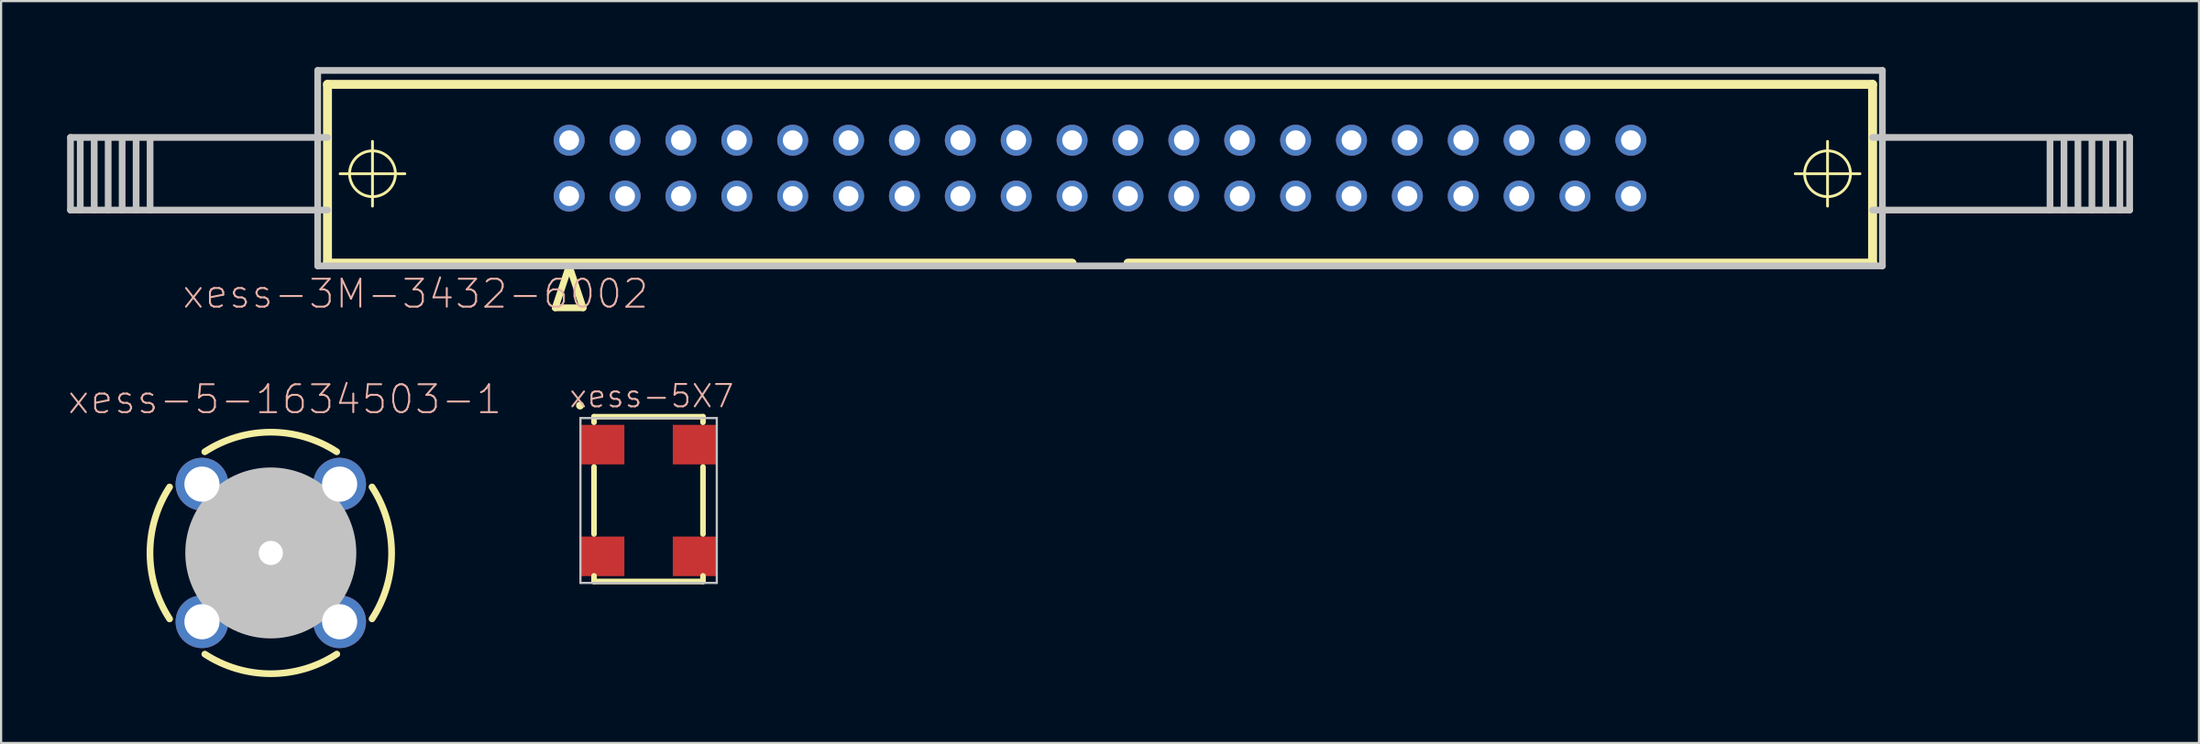
<source format=kicad_pcb>
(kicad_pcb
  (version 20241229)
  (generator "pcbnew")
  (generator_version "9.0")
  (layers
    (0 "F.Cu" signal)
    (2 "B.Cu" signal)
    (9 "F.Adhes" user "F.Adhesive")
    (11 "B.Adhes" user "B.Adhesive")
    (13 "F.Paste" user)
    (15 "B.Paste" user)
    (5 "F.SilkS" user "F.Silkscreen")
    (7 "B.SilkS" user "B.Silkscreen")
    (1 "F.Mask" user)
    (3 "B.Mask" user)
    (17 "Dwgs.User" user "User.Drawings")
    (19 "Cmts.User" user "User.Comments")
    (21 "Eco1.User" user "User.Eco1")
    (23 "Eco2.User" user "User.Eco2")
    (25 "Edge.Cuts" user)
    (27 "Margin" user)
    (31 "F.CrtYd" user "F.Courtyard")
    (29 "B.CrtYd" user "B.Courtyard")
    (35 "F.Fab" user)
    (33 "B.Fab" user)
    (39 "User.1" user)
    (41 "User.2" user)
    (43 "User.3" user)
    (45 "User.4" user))
  (footprint "xess-5X7"
    (layer "F.Cu")
    (at 24.332 17.169)
    (property "Reference" "xess-5X7" (at 2.238 -2.207 0) (layer "B.SilkS") (effects (font (size 1.016 1.016) (thickness 0.089))))
    (attr smd)
    (fp_line (start -0.381 -1.27) (end -0.381 -1.016) (stroke (width 0.254) (type solid)) (layer "F.SilkS"))
    (fp_line (start -0.381 -1.27) (end 4.572 -1.27) (stroke (width 0.254) (type solid)) (layer "F.SilkS"))
    (fp_line (start -0.381 1.016) (end -0.381 4.064) (stroke (width 0.254) (type solid)) (layer "F.SilkS"))
    (fp_line (start -0.381 5.969) (end -0.381 6.223) (stroke (width 0.254) (type solid)) (layer "F.SilkS"))
    (fp_line (start -0.381 6.223) (end 4.572 6.223) (stroke (width 0.254) (type solid)) (layer "F.SilkS"))
    (fp_line (start 4.572 -1.016) (end 4.572 -1.27) (stroke (width 0.254) (type solid)) (layer "F.SilkS"))
    (fp_line (start 4.572 1.016) (end 4.572 4.064) (stroke (width 0.254) (type solid)) (layer "F.SilkS"))
    (fp_line (start 4.572 6.223) (end 4.572 5.969) (stroke (width 0.254) (type solid)) (layer "F.SilkS"))
    (fp_circle (center -1.016 -1.778) (end -1.143 -1.905) (stroke (width 0) (type solid)) (fill yes) (layer "F.SilkS"))
    (fp_line (start -0.998 -1.209) (end -0.998 6.289) (stroke (width 0.1) (type solid)) (layer "Dwgs.User"))
    (fp_line (start -0.998 6.289) (end 5.199 6.289) (stroke (width 0.1) (type solid)) (layer "Dwgs.User"))
    (fp_line (start 5.199 -1.209) (end -0.998 -1.209) (stroke (width 0.1) (type solid)) (layer "Dwgs.User"))
    (fp_line (start 5.199 6.289) (end 5.199 -1.209) (stroke (width 0.1) (type solid)) (layer "Dwgs.User"))
    (pad "1" smd rect (at 0 0) (size 1.999 1.798) (layers "F.Cu" "F.Mask" "F.Paste"))
    (pad "2" smd rect (at 0 5.08) (size 1.999 1.798) (layers "F.Cu" "F.Mask" "F.Paste"))
    (pad "3" smd rect (at 4.199 5.08) (size 1.999 1.798) (layers "F.Cu" "F.Mask" "F.Paste"))
    (pad "4" smd rect (at 4.199 0) (size 1.999 1.798) (layers "F.Cu" "F.Mask" "F.Paste")))
  (footprint "xess-5-1634503-1"
    (layer "F.Cu")
    (at 9.259 22.095)
    (property "Reference" "xess-5-1634503-1" (at 0.635 -6.985 0) (layer "B.SilkS") (effects (font (size 1.27 1.27) (thickness 0.089))))
    (attr exclude_from_pos_files exclude_from_bom)
    (fp_arc (start -4.59994 2.99974) (mid -5.49162 0.000902) (end -4.600925 -2.998229) (stroke (width 0.3048) (type solid)) (layer "F.SilkS"))
    (fp_arc (start -2.99974 -4.59994) (mid -0.000902 -5.49162) (end 2.998229 -4.600925) (stroke (width 0.3048) (type solid)) (layer "F.SilkS"))
    (fp_arc (start 2.99974 4.59994) (mid 0.000902 5.49162) (end -2.998229 4.600925) (stroke (width 0.3048) (type solid)) (layer "F.SilkS"))
    (fp_arc (start 4.59994 -2.99974) (mid 5.49162 -0.000902) (end 4.600925 2.998229) (stroke (width 0.3048) (type solid)) (layer "F.SilkS"))
    (fp_circle (center 0 0) (end -2.748 2.748) (stroke (width 0) (type solid)) (fill yes) (layer "Dwgs.User"))
    (pad "S1" thru_hole circle (at 3.129 -3.129) (size 2.398 2.398) (drill 1.598) (layers "*.Cu" "*.Mask"))
    (pad "S2" thru_hole circle (at 3.129 3.129) (size 2.398 2.398) (drill 1.598) (layers "*.Cu" "*.Mask"))
    (pad "S3" thru_hole circle (at -3.129 3.129) (size 2.398 2.398) (drill 1.598) (layers "*.Cu" "*.Mask"))
    (pad "S4" thru_hole circle (at -3.129 -3.129) (size 2.398 2.398) (drill 1.598) (layers "*.Cu" "*.Mask"))
    (pad "SIGN" thru_hole circle (at 0 0) (size 1.648 1.648) (drill 1.1) (layers "*.Cu" "*.Mask")))
  (footprint "xess-3M-3432-6002"
    (layer "F.Cu")
    (at 22.822 5.867)
    (property "Reference" "xess-3M-3432-6002" (at -6.985 4.445 0) (layer "B.SilkS") (effects (font (size 1.27 1.27) (thickness 0.089))))
    (attr exclude_from_pos_files exclude_from_bom)
    (fp_line (start -10.986 -5.08) (end -10.986 3.048) (stroke (width 0.406) (type solid)) (layer "F.SilkS"))
    (fp_line (start -10.986 3.048) (end 22.86 3.048) (stroke (width 0.406) (type solid)) (layer "F.SilkS"))
    (fp_line (start -10.414 -1.016) (end -7.468 -1.016) (stroke (width 0.127) (type solid)) (layer "F.SilkS"))
    (fp_line (start -8.941 0.457) (end -8.941 -2.489) (stroke (width 0.127) (type solid)) (layer "F.SilkS"))
    (fp_line (start -0.635 5.08) (end 0 3.175) (stroke (width 0.305) (type solid)) (layer "F.SilkS"))
    (fp_line (start 0 3.175) (end 0.635 5.08) (stroke (width 0.305) (type solid)) (layer "F.SilkS"))
    (fp_line (start 0.635 5.08) (end -0.635 5.08) (stroke (width 0.305) (type solid)) (layer "F.SilkS"))
    (fp_line (start 25.4 3.048) (end 59.245 3.048) (stroke (width 0.406) (type solid)) (layer "F.SilkS"))
    (fp_line (start 55.728 -1.016) (end 58.674 -1.016) (stroke (width 0.127) (type solid)) (layer "F.SilkS"))
    (fp_line (start 57.198 0.457) (end 57.198 -2.489) (stroke (width 0.127) (type solid)) (layer "F.SilkS"))
    (fp_line (start 59.245 -5.08) (end -10.986 -5.08) (stroke (width 0.406) (type solid)) (layer "F.SilkS"))
    (fp_line (start 59.245 3.048) (end 59.245 -5.08) (stroke (width 0.406) (type solid)) (layer "F.SilkS"))
    (fp_circle (center -8.941 -1.016) (end -9.677 -1.753) (stroke (width 0.127) (type solid)) (fill no) (layer "F.SilkS"))
    (fp_circle (center 57.198 -1.016) (end 57.935 -1.753) (stroke (width 0.127) (type solid)) (fill no) (layer "F.SilkS"))
    (fp_line (start -22.669 -2.667) (end -10.986 -2.667) (stroke (width 0.305) (type solid)) (layer "Dwgs.User"))
    (fp_line (start -22.669 0.635) (end -22.669 -2.667) (stroke (width 0.305) (type solid)) (layer "Dwgs.User"))
    (fp_line (start -22.225 -2.54) (end -22.225 0.635) (stroke (width 0.305) (type solid)) (layer "Dwgs.User"))
    (fp_line (start -22.225 0.635) (end -22.669 0.635) (stroke (width 0.305) (type solid)) (layer "Dwgs.User"))
    (fp_line (start -21.59 -2.54) (end -21.59 0.635) (stroke (width 0.305) (type solid)) (layer "Dwgs.User"))
    (fp_line (start -21.59 0.635) (end -22.225 0.635) (stroke (width 0.305) (type solid)) (layer "Dwgs.User"))
    (fp_line (start -20.955 -2.54) (end -20.955 0.635) (stroke (width 0.305) (type solid)) (layer "Dwgs.User"))
    (fp_line (start -20.955 0.635) (end -21.59 0.635) (stroke (width 0.305) (type solid)) (layer "Dwgs.User"))
    (fp_line (start -20.32 -2.54) (end -20.32 0.635) (stroke (width 0.305) (type solid)) (layer "Dwgs.User"))
    (fp_line (start -20.32 0.635) (end -20.955 0.635) (stroke (width 0.305) (type solid)) (layer "Dwgs.User"))
    (fp_line (start -19.685 -2.54) (end -19.685 0.635) (stroke (width 0.305) (type solid)) (layer "Dwgs.User"))
    (fp_line (start -19.685 0.635) (end -20.32 0.635) (stroke (width 0.305) (type solid)) (layer "Dwgs.User"))
    (fp_line (start -19.05 -2.54) (end -19.05 0.635) (stroke (width 0.305) (type solid)) (layer "Dwgs.User"))
    (fp_line (start -19.05 0.635) (end -19.685 0.635) (stroke (width 0.305) (type solid)) (layer "Dwgs.User"))
    (fp_line (start -11.43 -5.715) (end -11.43 3.175) (stroke (width 0.305) (type solid)) (layer "Dwgs.User"))
    (fp_line (start -11.43 3.175) (end 59.69 3.175) (stroke (width 0.305) (type solid)) (layer "Dwgs.User"))
    (fp_line (start -10.986 0.635) (end -19.05 0.635) (stroke (width 0.305) (type solid)) (layer "Dwgs.User"))
    (fp_line (start 59.245 0.635) (end 67.31 0.635) (stroke (width 0.305) (type solid)) (layer "Dwgs.User"))
    (fp_line (start 59.69 -5.715) (end -11.43 -5.715) (stroke (width 0.305) (type solid)) (layer "Dwgs.User"))
    (fp_line (start 59.69 3.175) (end 59.69 -5.715) (stroke (width 0.305) (type solid)) (layer "Dwgs.User"))
    (fp_line (start 67.31 -2.54) (end 67.31 0.635) (stroke (width 0.305) (type solid)) (layer "Dwgs.User"))
    (fp_line (start 67.31 0.635) (end 67.945 0.635) (stroke (width 0.305) (type solid)) (layer "Dwgs.User"))
    (fp_line (start 67.945 -2.54) (end 67.945 0.635) (stroke (width 0.305) (type solid)) (layer "Dwgs.User"))
    (fp_line (start 67.945 0.635) (end 68.58 0.635) (stroke (width 0.305) (type solid)) (layer "Dwgs.User"))
    (fp_line (start 68.58 -2.54) (end 68.58 0.635) (stroke (width 0.305) (type solid)) (layer "Dwgs.User"))
    (fp_line (start 68.58 0.635) (end 69.215 0.635) (stroke (width 0.305) (type solid)) (layer "Dwgs.User"))
    (fp_line (start 69.215 -2.54) (end 69.215 0.635) (stroke (width 0.305) (type solid)) (layer "Dwgs.User"))
    (fp_line (start 69.215 0.635) (end 69.85 0.635) (stroke (width 0.305) (type solid)) (layer "Dwgs.User"))
    (fp_line (start 69.85 -2.54) (end 69.85 0.635) (stroke (width 0.305) (type solid)) (layer "Dwgs.User"))
    (fp_line (start 69.85 0.635) (end 70.485 0.635) (stroke (width 0.305) (type solid)) (layer "Dwgs.User"))
    (fp_line (start 70.485 -2.54) (end 70.485 0.635) (stroke (width 0.305) (type solid)) (layer "Dwgs.User"))
    (fp_line (start 70.485 0.635) (end 70.93 0.635) (stroke (width 0.305) (type solid)) (layer "Dwgs.User"))
    (fp_line (start 70.93 -2.667) (end 59.245 -2.667) (stroke (width 0.305) (type solid)) (layer "Dwgs.User"))
    (fp_line (start 70.93 0.635) (end 70.93 -2.667) (stroke (width 0.305) (type solid)) (layer "Dwgs.User"))
    (pad "P$1" thru_hole circle (at 0 0) (size 1.407 1.407) (drill 0.899) (layers "*.Cu" "*.Mask"))
    (pad "P$2" thru_hole circle (at 0 -2.54) (size 1.407 1.407) (drill 0.899) (layers "*.Cu" "*.Mask"))
    (pad "P$3" thru_hole circle (at 2.54 0) (size 1.407 1.407) (drill 0.899) (layers "*.Cu" "*.Mask"))
    (pad "P$4" thru_hole circle (at 2.54 -2.54) (size 1.407 1.407) (drill 0.899) (layers "*.Cu" "*.Mask"))
    (pad "P$5" thru_hole circle (at 5.08 0) (size 1.407 1.407) (drill 0.899) (layers "*.Cu" "*.Mask"))
    (pad "P$6" thru_hole circle (at 5.08 -2.54) (size 1.407 1.407) (drill 0.899) (layers "*.Cu" "*.Mask"))
    (pad "P$7" thru_hole circle (at 7.62 0) (size 1.407 1.407) (drill 0.899) (layers "*.Cu" "*.Mask"))
    (pad "P$8" thru_hole circle (at 7.62 -2.54) (size 1.407 1.407) (drill 0.899) (layers "*.Cu" "*.Mask"))
    (pad "P$9" thru_hole circle (at 10.16 0) (size 1.407 1.407) (drill 0.899) (layers "*.Cu" "*.Mask"))
    (pad "P$10" thru_hole circle (at 10.16 -2.54) (size 1.407 1.407) (drill 0.899) (layers "*.Cu" "*.Mask"))
    (pad "P$11" thru_hole circle (at 12.7 0) (size 1.407 1.407) (drill 0.899) (layers "*.Cu" "*.Mask"))
    (pad "P$12" thru_hole circle (at 12.7 -2.54) (size 1.407 1.407) (drill 0.899) (layers "*.Cu" "*.Mask"))
    (pad "P$13" thru_hole circle (at 15.24 0) (size 1.407 1.407) (drill 0.899) (layers "*.Cu" "*.Mask"))
    (pad "P$14" thru_hole circle (at 15.24 -2.54) (size 1.407 1.407) (drill 0.899) (layers "*.Cu" "*.Mask"))
    (pad "P$15" thru_hole circle (at 17.78 0) (size 1.407 1.407) (drill 0.899) (layers "*.Cu" "*.Mask"))
    (pad "P$16" thru_hole circle (at 17.78 -2.54) (size 1.407 1.407) (drill 0.899) (layers "*.Cu" "*.Mask"))
    (pad "P$17" thru_hole circle (at 20.32 0) (size 1.407 1.407) (drill 0.899) (layers "*.Cu" "*.Mask"))
    (pad "P$18" thru_hole circle (at 20.32 -2.54) (size 1.407 1.407) (drill 0.899) (layers "*.Cu" "*.Mask"))
    (pad "P$19" thru_hole circle (at 22.86 0) (size 1.407 1.407) (drill 0.899) (layers "*.Cu" "*.Mask"))
    (pad "P$20" thru_hole circle (at 22.86 -2.54) (size 1.407 1.407) (drill 0.899) (layers "*.Cu" "*.Mask"))
    (pad "P$21" thru_hole circle (at 25.4 0) (size 1.407 1.407) (drill 0.899) (layers "*.Cu" "*.Mask"))
    (pad "P$22" thru_hole circle (at 25.4 -2.54) (size 1.407 1.407) (drill 0.899) (layers "*.Cu" "*.Mask"))
    (pad "P$23" thru_hole circle (at 27.94 0) (size 1.407 1.407) (drill 0.899) (layers "*.Cu" "*.Mask"))
    (pad "P$24" thru_hole circle (at 27.94 -2.54) (size 1.407 1.407) (drill 0.899) (layers "*.Cu" "*.Mask"))
    (pad "P$25" thru_hole circle (at 30.48 0) (size 1.407 1.407) (drill 0.899) (layers "*.Cu" "*.Mask"))
    (pad "P$26" thru_hole circle (at 30.48 -2.54) (size 1.407 1.407) (drill 0.899) (layers "*.Cu" "*.Mask"))
    (pad "P$27" thru_hole circle (at 33.02 0) (size 1.407 1.407) (drill 0.899) (layers "*.Cu" "*.Mask"))
    (pad "P$28" thru_hole circle (at 33.02 -2.54) (size 1.407 1.407) (drill 0.899) (layers "*.Cu" "*.Mask"))
    (pad "P$29" thru_hole circle (at 35.56 0) (size 1.407 1.407) (drill 0.899) (layers "*.Cu" "*.Mask"))
    (pad "P$30" thru_hole circle (at 35.56 -2.54) (size 1.407 1.407) (drill 0.899) (layers "*.Cu" "*.Mask"))
    (pad "P$31" thru_hole circle (at 38.1 0) (size 1.407 1.407) (drill 0.899) (layers "*.Cu" "*.Mask"))
    (pad "P$32" thru_hole circle (at 38.1 -2.54) (size 1.407 1.407) (drill 0.899) (layers "*.Cu" "*.Mask"))
    (pad "P$33" thru_hole circle (at 40.64 0) (size 1.407 1.407) (drill 0.899) (layers "*.Cu" "*.Mask"))
    (pad "P$34" thru_hole circle (at 40.64 -2.54) (size 1.407 1.407) (drill 0.899) (layers "*.Cu" "*.Mask"))
    (pad "P$35" thru_hole circle (at 43.18 0) (size 1.407 1.407) (drill 0.899) (layers "*.Cu" "*.Mask"))
    (pad "P$36" thru_hole circle (at 43.18 -2.54) (size 1.407 1.407) (drill 0.899) (layers "*.Cu" "*.Mask"))
    (pad "P$37" thru_hole circle (at 45.72 0) (size 1.407 1.407) (drill 0.899) (layers "*.Cu" "*.Mask"))
    (pad "P$38" thru_hole circle (at 45.72 -2.54) (size 1.407 1.407) (drill 0.899) (layers "*.Cu" "*.Mask"))
    (pad "P$39" thru_hole circle (at 48.26 0) (size 1.407 1.407) (drill 0.899) (layers "*.Cu" "*.Mask"))
    (pad "P$40" thru_hole circle (at 48.26 -2.54) (size 1.407 1.407) (drill 0.899) (layers "*.Cu" "*.Mask")))
  (gr_rect
    (start -3 -3)
    (end 96.904 30.739)
    (stroke (width 0.1) (type default))
    (fill no)
    (layer "Edge.Cuts")))
</source>
